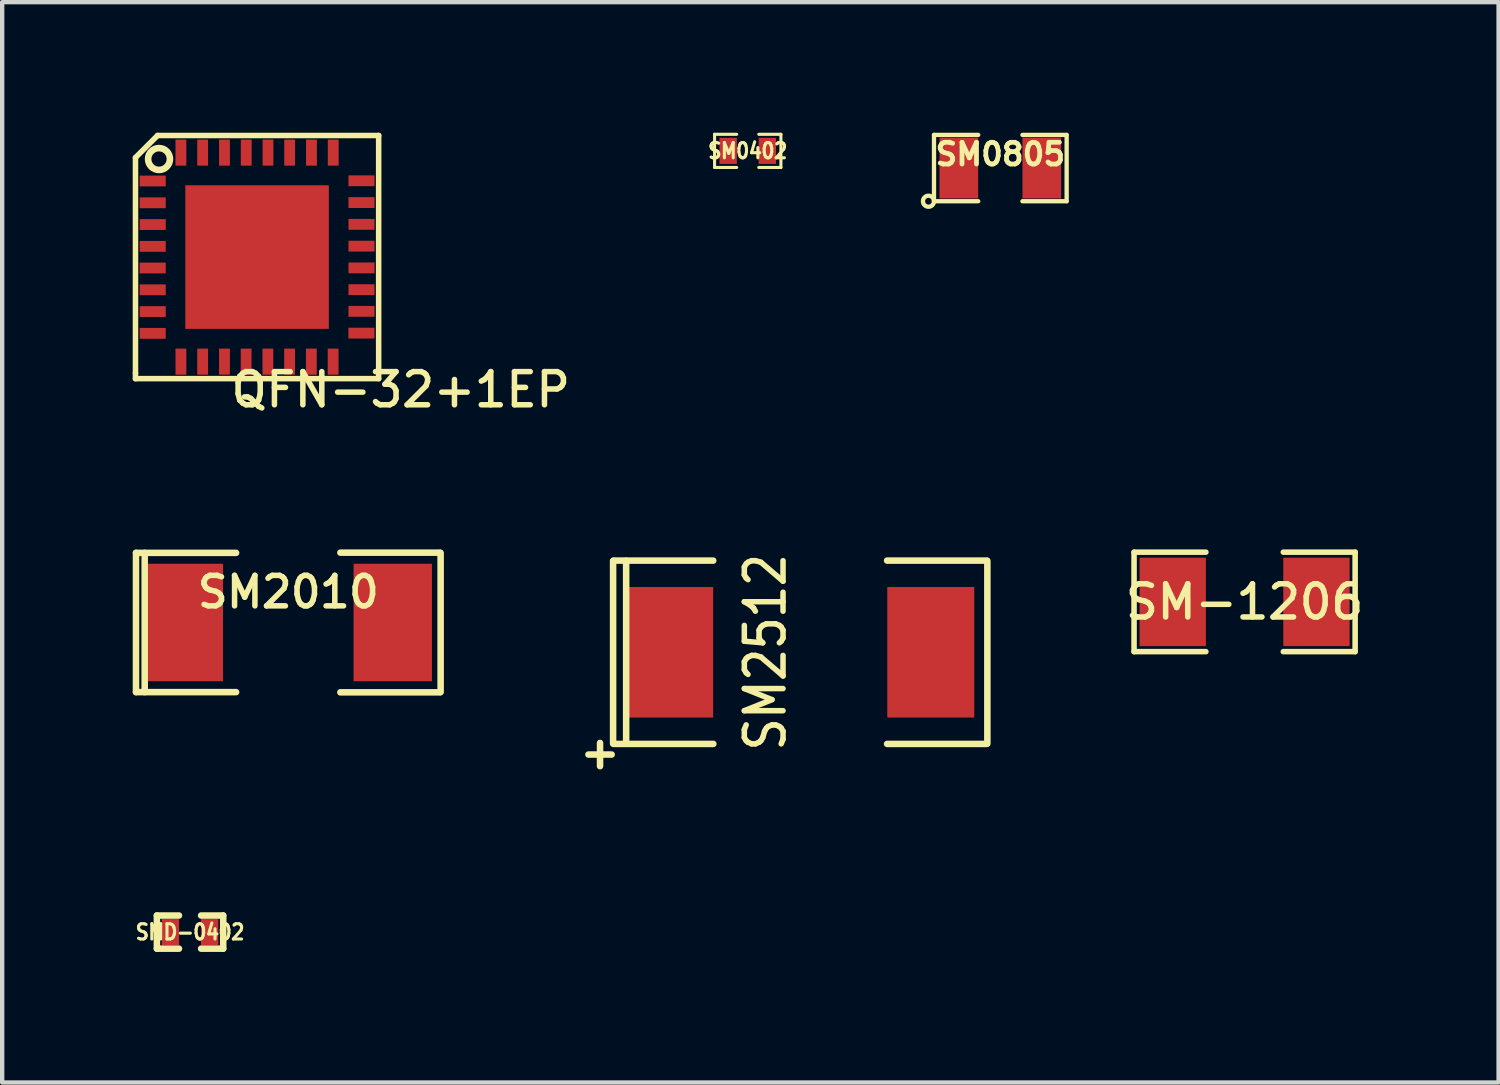
<source format=kicad_pcb>
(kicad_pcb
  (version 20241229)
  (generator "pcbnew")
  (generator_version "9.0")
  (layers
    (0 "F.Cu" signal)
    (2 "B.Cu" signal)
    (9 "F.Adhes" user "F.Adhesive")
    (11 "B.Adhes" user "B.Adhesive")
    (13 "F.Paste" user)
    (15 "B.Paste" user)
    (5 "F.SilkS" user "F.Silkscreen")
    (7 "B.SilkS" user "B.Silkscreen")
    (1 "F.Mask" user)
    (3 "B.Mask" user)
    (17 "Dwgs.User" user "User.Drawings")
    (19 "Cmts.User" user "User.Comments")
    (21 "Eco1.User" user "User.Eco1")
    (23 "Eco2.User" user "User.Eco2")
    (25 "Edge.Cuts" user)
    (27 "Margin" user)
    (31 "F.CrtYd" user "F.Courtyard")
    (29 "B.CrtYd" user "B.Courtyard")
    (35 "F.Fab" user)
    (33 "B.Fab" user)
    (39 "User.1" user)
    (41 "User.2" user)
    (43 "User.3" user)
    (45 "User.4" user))
  (footprint "SM-1206"
    (layer "F.Cu")
    (at 25.549 10.781)
    (property "Reference" "SM-1206" (at 0 0 0) (layer "F.SilkS") (effects (font (size 0.762 0.762) (thickness 0.127))))
    (attr smd)
    (fp_line (start -2.54 -1.143) (end -2.54 1.143) (stroke (width 0.127) (type solid)) (layer "F.SilkS"))
    (fp_line (start -2.54 1.143) (end -0.889 1.143) (stroke (width 0.127) (type solid)) (layer "F.SilkS"))
    (fp_line (start -0.889 -1.143) (end -2.54 -1.143) (stroke (width 0.127) (type solid)) (layer "F.SilkS"))
    (fp_line (start 0.889 -1.143) (end 2.54 -1.143) (stroke (width 0.127) (type solid)) (layer "F.SilkS"))
    (fp_line (start 2.54 -1.143) (end 2.54 1.143) (stroke (width 0.127) (type solid)) (layer "F.SilkS"))
    (fp_line (start 2.54 1.143) (end 0.889 1.143) (stroke (width 0.127) (type solid)) (layer "F.SilkS"))
    (pad "1" smd rect (at -1.651 0) (size 1.524 2.032) (layers "F.Cu" "F.Mask" "F.Paste"))
    (pad "2" smd rect (at 1.651 0) (size 1.524 2.032) (layers "F.Cu" "F.Mask" "F.Paste")))
  (footprint "SMD-0402"
    (layer "F.Cu")
    (at 1.317 18.368)
    (property "Reference" "SMD-0402" (at 0 0 0) (layer "F.SilkS") (effects (font (size 0.351 0.305) (thickness 0.071))))
    (attr smd)
    (fp_line (start -0.762 -0.381) (end -0.762 0.381) (stroke (width 0.15) (type solid)) (layer "F.SilkS"))
    (fp_line (start -0.762 0.381) (end -0.254 0.381) (stroke (width 0.15) (type solid)) (layer "F.SilkS"))
    (fp_line (start -0.254 -0.381) (end -0.762 -0.381) (stroke (width 0.15) (type solid)) (layer "F.SilkS"))
    (fp_line (start 0.254 -0.381) (end 0.762 -0.381) (stroke (width 0.15) (type solid)) (layer "F.SilkS"))
    (fp_line (start 0.762 -0.381) (end 0.762 0.381) (stroke (width 0.15) (type solid)) (layer "F.SilkS"))
    (fp_line (start 0.762 0.381) (end 0.254 0.381) (stroke (width 0.15) (type solid)) (layer "F.SilkS"))
    (pad "1" smd rect (at -0.45 0) (size 0.399 0.599) (layers "F.Cu" "F.Mask" "F.Paste"))
    (pad "2" smd rect (at 0.45 0) (size 0.399 0.599) (layers "F.Cu" "F.Mask" "F.Paste")))
  (footprint "SM2512"
    (layer "F.Cu")
    (at 15.338 11.938)
    (property "Reference" "SM2512" (at -0.8 0 90) (layer "F.SilkS") (effects (font (size 0.889 0.762) (thickness 0.127))))
    (attr smd)
    (fp_line (start -4.3 -2.101) (end -4.3 2.101) (stroke (width 0.15) (type solid)) (layer "F.SilkS"))
    (fp_line (start -4.282 2.106) (end -1.996 2.106) (stroke (width 0.15) (type solid)) (layer "F.SilkS"))
    (fp_line (start -4 -2.101) (end -4 2.101) (stroke (width 0.15) (type solid)) (layer "F.SilkS"))
    (fp_line (start -1.999 -2.106) (end -4.285 -2.106) (stroke (width 0.15) (type solid)) (layer "F.SilkS"))
    (fp_line (start 1.996 2.106) (end 4.282 2.106) (stroke (width 0.15) (type solid)) (layer "F.SilkS"))
    (fp_line (start 4.282 -2.106) (end 1.996 -2.106) (stroke (width 0.15) (type solid)) (layer "F.SilkS"))
    (fp_line (start 4.3 -2.101) (end 4.3 2.101) (stroke (width 0.15) (type solid)) (layer "F.SilkS"))
    (fp_text user "+" (at -4.6 2.301 0) (layer "F.SilkS") (effects (font (size 0.7 0.7) (thickness 0.15))))
    (pad "1" smd rect (at -3 0) (size 1.999 3) (layers "F.Cu" "F.Mask" "F.Paste"))
    (pad "2" smd rect (at 3 0) (size 1.999 3) (layers "F.Cu" "F.Mask" "F.Paste")))
  (footprint "QFN-32+1EP"
    (layer "F.Cu")
    (at 2.857 2.857)
    (property "Reference" "QFN-32+1EP" (at 3.302 3.048 0) (layer "F.SilkS") (effects (font (size 0.762 0.762) (thickness 0.127))))
    (attr smd)
    (fp_line (start -2.794 -2.286) (end -2.286 -2.794) (stroke (width 0.127) (type solid)) (layer "F.SilkS"))
    (fp_line (start -2.794 2.667) (end -2.794 -2.286) (stroke (width 0.127) (type solid)) (layer "F.SilkS"))
    (fp_line (start -2.794 2.794) (end -2.794 2.667) (stroke (width 0.127) (type solid)) (layer "F.SilkS"))
    (fp_line (start -2.286 -2.794) (end 2.794 -2.794) (stroke (width 0.127) (type solid)) (layer "F.SilkS"))
    (fp_line (start 2.794 -2.794) (end 2.794 2.794) (stroke (width 0.127) (type solid)) (layer "F.SilkS"))
    (fp_line (start 2.794 2.794) (end -2.794 2.794) (stroke (width 0.127) (type solid)) (layer "F.SilkS"))
    (fp_circle (center -2.253 -2.253) (end -2.253 -2.504) (stroke (width 0.152) (type solid)) (fill no) (layer "F.SilkS"))
    (pad "1" smd rect (at -2.398 -1.748) (size 0.599 0.249) (layers "F.Cu" "F.Mask" "F.Paste"))
    (pad "2" smd rect (at -2.398 -1.247) (size 0.599 0.249) (layers "F.Cu" "F.Mask" "F.Paste"))
    (pad "3" smd rect (at -2.398 -0.747) (size 0.599 0.249) (layers "F.Cu" "F.Mask" "F.Paste"))
    (pad "4" smd rect (at -2.398 -0.246) (size 0.599 0.249) (layers "F.Cu" "F.Mask" "F.Paste"))
    (pad "5" smd rect (at -2.398 0.251) (size 0.599 0.249) (layers "F.Cu" "F.Mask" "F.Paste"))
    (pad "6" smd rect (at -2.398 0.752) (size 0.599 0.249) (layers "F.Cu" "F.Mask" "F.Paste"))
    (pad "7" smd rect (at -2.398 1.252) (size 0.599 0.249) (layers "F.Cu" "F.Mask" "F.Paste"))
    (pad "8" smd rect (at -2.398 1.753) (size 0.599 0.249) (layers "F.Cu" "F.Mask" "F.Paste"))
    (pad "9" smd rect (at -1.75 2.403) (size 0.249 0.599) (layers "F.Cu" "F.Mask" "F.Paste"))
    (pad "10" smd rect (at -1.25 2.403) (size 0.249 0.599) (layers "F.Cu" "F.Mask" "F.Paste"))
    (pad "11" smd rect (at -0.749 2.403) (size 0.249 0.599) (layers "F.Cu" "F.Mask" "F.Paste"))
    (pad "12" smd rect (at -0.251 2.403) (size 0.249 0.599) (layers "F.Cu" "F.Mask" "F.Paste"))
    (pad "13" smd rect (at 0.249 2.403) (size 0.249 0.599) (layers "F.Cu" "F.Mask" "F.Paste"))
    (pad "14" smd rect (at 0.747 2.403) (size 0.249 0.599) (layers "F.Cu" "F.Mask" "F.Paste"))
    (pad "15" smd rect (at 1.247 2.403) (size 0.249 0.599) (layers "F.Cu" "F.Mask" "F.Paste"))
    (pad "16" smd rect (at 1.748 2.403) (size 0.249 0.599) (layers "F.Cu" "F.Mask" "F.Paste"))
    (pad "17" smd rect (at 2.398 1.748) (size 0.599 0.249) (layers "F.Cu" "F.Mask" "F.Paste"))
    (pad "18" smd rect (at 2.4 1.247) (size 0.599 0.249) (layers "F.Cu" "F.Mask" "F.Paste"))
    (pad "19" smd rect (at 2.4 0.749) (size 0.599 0.249) (layers "F.Cu" "F.Mask" "F.Paste"))
    (pad "20" smd rect (at 2.4 0.249) (size 0.599 0.249) (layers "F.Cu" "F.Mask" "F.Paste"))
    (pad "21" smd rect (at 2.4 -0.251) (size 0.599 0.249) (layers "F.Cu" "F.Mask" "F.Paste"))
    (pad "22" smd rect (at 2.4 -0.752) (size 0.599 0.249) (layers "F.Cu" "F.Mask" "F.Paste"))
    (pad "23" smd rect (at 2.4 -1.252) (size 0.599 0.249) (layers "F.Cu" "F.Mask" "F.Paste"))
    (pad "24" smd rect (at 2.4 -1.753) (size 0.599 0.249) (layers "F.Cu" "F.Mask" "F.Paste"))
    (pad "25" smd rect (at 1.75 -2.4) (size 0.249 0.599) (layers "F.Cu" "F.Mask" "F.Paste"))
    (pad "26" smd rect (at 1.25 -2.4) (size 0.249 0.599) (layers "F.Cu" "F.Mask" "F.Paste"))
    (pad "27" smd rect (at 0.749 -2.4) (size 0.249 0.599) (layers "F.Cu" "F.Mask" "F.Paste"))
    (pad "28" smd rect (at 0.251 -2.4) (size 0.249 0.599) (layers "F.Cu" "F.Mask" "F.Paste"))
    (pad "29" smd rect (at -0.249 -2.4) (size 0.249 0.599) (layers "F.Cu" "F.Mask" "F.Paste"))
    (pad "30" smd rect (at -0.749 -2.4) (size 0.249 0.599) (layers "F.Cu" "F.Mask" "F.Paste"))
    (pad "31" smd rect (at -1.25 -2.4) (size 0.249 0.599) (layers "F.Cu" "F.Mask" "F.Paste"))
    (pad "32" smd rect (at -1.75 -2.4) (size 0.249 0.599) (layers "F.Cu" "F.Mask" "F.Paste"))
    (pad "33" smd rect (at 0 0) (size 3.299 3.299) (layers "F.Cu" "F.Mask" "F.Paste")))
  (footprint "SM0805"
    (layer "F.Cu")
    (at 19.936 0.812)
    (property "Reference" "SM0805" (at 0 -0.318 0) (layer "F.SilkS") (effects (font (size 0.5 0.5) (thickness 0.109))))
    (attr smd)
    (fp_line (start -1.524 -0.762) (end -0.508 -0.762) (stroke (width 0.099) (type solid)) (layer "F.SilkS"))
    (fp_line (start -1.524 0.762) (end -1.524 -0.762) (stroke (width 0.099) (type solid)) (layer "F.SilkS"))
    (fp_line (start -0.508 0.762) (end -1.524 0.762) (stroke (width 0.099) (type solid)) (layer "F.SilkS"))
    (fp_line (start 0.508 -0.762) (end 1.524 -0.762) (stroke (width 0.099) (type solid)) (layer "F.SilkS"))
    (fp_line (start 1.524 -0.762) (end 1.524 0.762) (stroke (width 0.099) (type solid)) (layer "F.SilkS"))
    (fp_line (start 1.524 0.762) (end 0.508 0.762) (stroke (width 0.099) (type solid)) (layer "F.SilkS"))
    (fp_circle (center -1.651 0.762) (end -1.651 0.635) (stroke (width 0.099) (type solid)) (fill no) (layer "F.SilkS"))
    (pad "1" smd rect (at -0.953 0) (size 0.889 1.397) (layers "F.Cu" "F.Mask" "F.Paste"))
    (pad "2" smd rect (at 0.953 0) (size 0.889 1.397) (layers "F.Cu" "F.Mask" "F.Paste")))
  (footprint "SM0402"
    (layer "F.Cu")
    (at 14.132 0.417)
    (property "Reference" "SM0402" (at 0 0 0) (layer "F.SilkS") (effects (font (size 0.351 0.305) (thickness 0.071))))
    (attr smd)
    (fp_line (start -0.762 -0.381) (end -0.762 0.381) (stroke (width 0.071) (type solid)) (layer "F.SilkS"))
    (fp_line (start -0.762 0.381) (end -0.254 0.381) (stroke (width 0.071) (type solid)) (layer "F.SilkS"))
    (fp_line (start -0.254 -0.381) (end -0.762 -0.381) (stroke (width 0.071) (type solid)) (layer "F.SilkS"))
    (fp_line (start 0.254 -0.381) (end 0.762 -0.381) (stroke (width 0.071) (type solid)) (layer "F.SilkS"))
    (fp_line (start 0.762 -0.381) (end 0.762 0.381) (stroke (width 0.071) (type solid)) (layer "F.SilkS"))
    (fp_line (start 0.762 0.381) (end 0.254 0.381) (stroke (width 0.071) (type solid)) (layer "F.SilkS"))
    (pad "1" smd rect (at -0.45 0) (size 0.399 0.599) (layers "F.Cu" "F.Mask" "F.Paste"))
    (pad "2" smd rect (at 0.45 0) (size 0.399 0.599) (layers "F.Cu" "F.Mask" "F.Paste")))
  (footprint "SM2010"
    (layer "F.Cu")
    (at 3.575 11.254)
    (property "Reference" "SM2010" (at 0 -0.7 0) (layer "F.SilkS") (effects (font (size 0.701 0.701) (thickness 0.127))))
    (attr smd)
    (fp_line (start -3.5 -1.6) (end -3.5 1.6) (stroke (width 0.15) (type solid)) (layer "F.SilkS"))
    (fp_line (start -3.5 1.6) (end -1.2 1.6) (stroke (width 0.15) (type solid)) (layer "F.SilkS"))
    (fp_line (start -3.3 -1.6) (end -3.3 1.6) (stroke (width 0.15) (type solid)) (layer "F.SilkS"))
    (fp_line (start -1.2 -1.6) (end -3.5 -1.6) (stroke (width 0.15) (type solid)) (layer "F.SilkS"))
    (fp_line (start 1.196 1.605) (end 3.482 1.605) (stroke (width 0.15) (type solid)) (layer "F.SilkS"))
    (fp_line (start 3.482 -1.605) (end 1.196 -1.605) (stroke (width 0.15) (type solid)) (layer "F.SilkS"))
    (fp_line (start 3.5 -1.6) (end 3.5 1.6) (stroke (width 0.15) (type solid)) (layer "F.SilkS"))
    (pad "1" smd rect (at -2.4 0) (size 1.801 2.7) (layers "F.Cu" "F.Mask" "F.Paste"))
    (pad "2" smd rect (at 2.4 0) (size 1.801 2.7) (layers "F.Cu" "F.Mask" "F.Paste")))
  (gr_rect
    (start -3 -3)
    (end 31.385 21.824)
    (stroke (width 0.1) (type default))
    (fill no)
    (layer "Edge.Cuts")))
</source>
